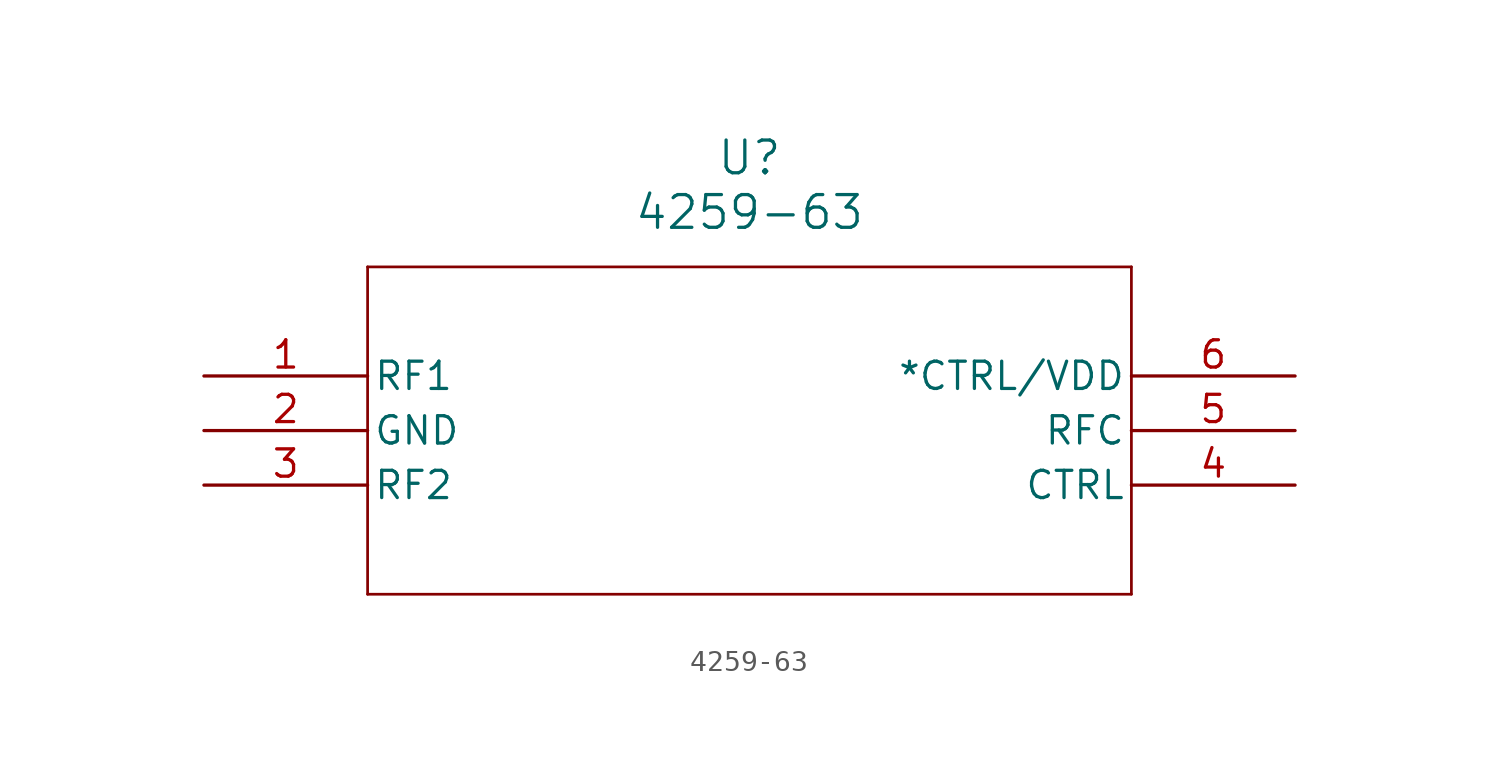
<source format=kicad_sym>
(kicad_symbol_lib
  (version 20211014)
  (generator kicad_symbol_editor)
  (symbol "4259-63"
    (pin_names
      (offset 0.254))
    (property "Reference" "U"
      (at 25.4 10.16 0)
      (effects (font (size 1.524 1.524))))
    (property "Value" "4259-63"
      (at 25.4 7.62 0)
      (effects (font (size 1.524 1.524))))
    (symbol "4259-63_0_1"
      (polyline (pts (xy 7.62 5.08) (xy 7.62 -10.16)) (stroke (width 0.127) (type default) (color 0 0 0 0)) (fill (type none)))
      (polyline (pts (xy 7.62 -10.16) (xy 43.18 -10.16)) (stroke (width 0.127) (type default) (color 0 0 0 0)) (fill (type none)))
      (polyline (pts (xy 43.18 -10.16) (xy 43.18 5.08)) (stroke (width 0.127) (type default) (color 0 0 0 0)) (fill (type none)))
      (polyline (pts (xy 43.18 5.08) (xy 7.62 5.08)) (stroke (width 0.127) (type default) (color 0 0 0 0)) (fill (type none)))
      (pin bidirectional line (at 0 0 0) (length 7.62) (name "RF1" (effects (font (size 1.27 1.27)))) (number "1" (effects (font (size 1.27 1.27)))))
      (pin power_out line (at 0 -2.54 0) (length 7.62) (name "GND" (effects (font (size 1.27 1.27)))) (number "2" (effects (font (size 1.27 1.27)))))
      (pin bidirectional line (at 0 -5.08 0) (length 7.62) (name "RF2" (effects (font (size 1.27 1.27)))) (number "3" (effects (font (size 1.27 1.27)))))
      (pin unspecified line (at 50.8 -5.08 180) (length 7.62) (name "CTRL" (effects (font (size 1.27 1.27)))) (number "4" (effects (font (size 1.27 1.27)))))
      (pin unspecified line (at 50.8 -2.54 180) (length 7.62) (name "RFC" (effects (font (size 1.27 1.27)))) (number "5" (effects (font (size 1.27 1.27)))))
      (pin power_in line (at 50.8 0 180) (length 7.62) (name "*CTRL/VDD" (effects (font (size 1.27 1.27)))) (number "6" (effects (font (size 1.27 1.27))))))))
</source>
